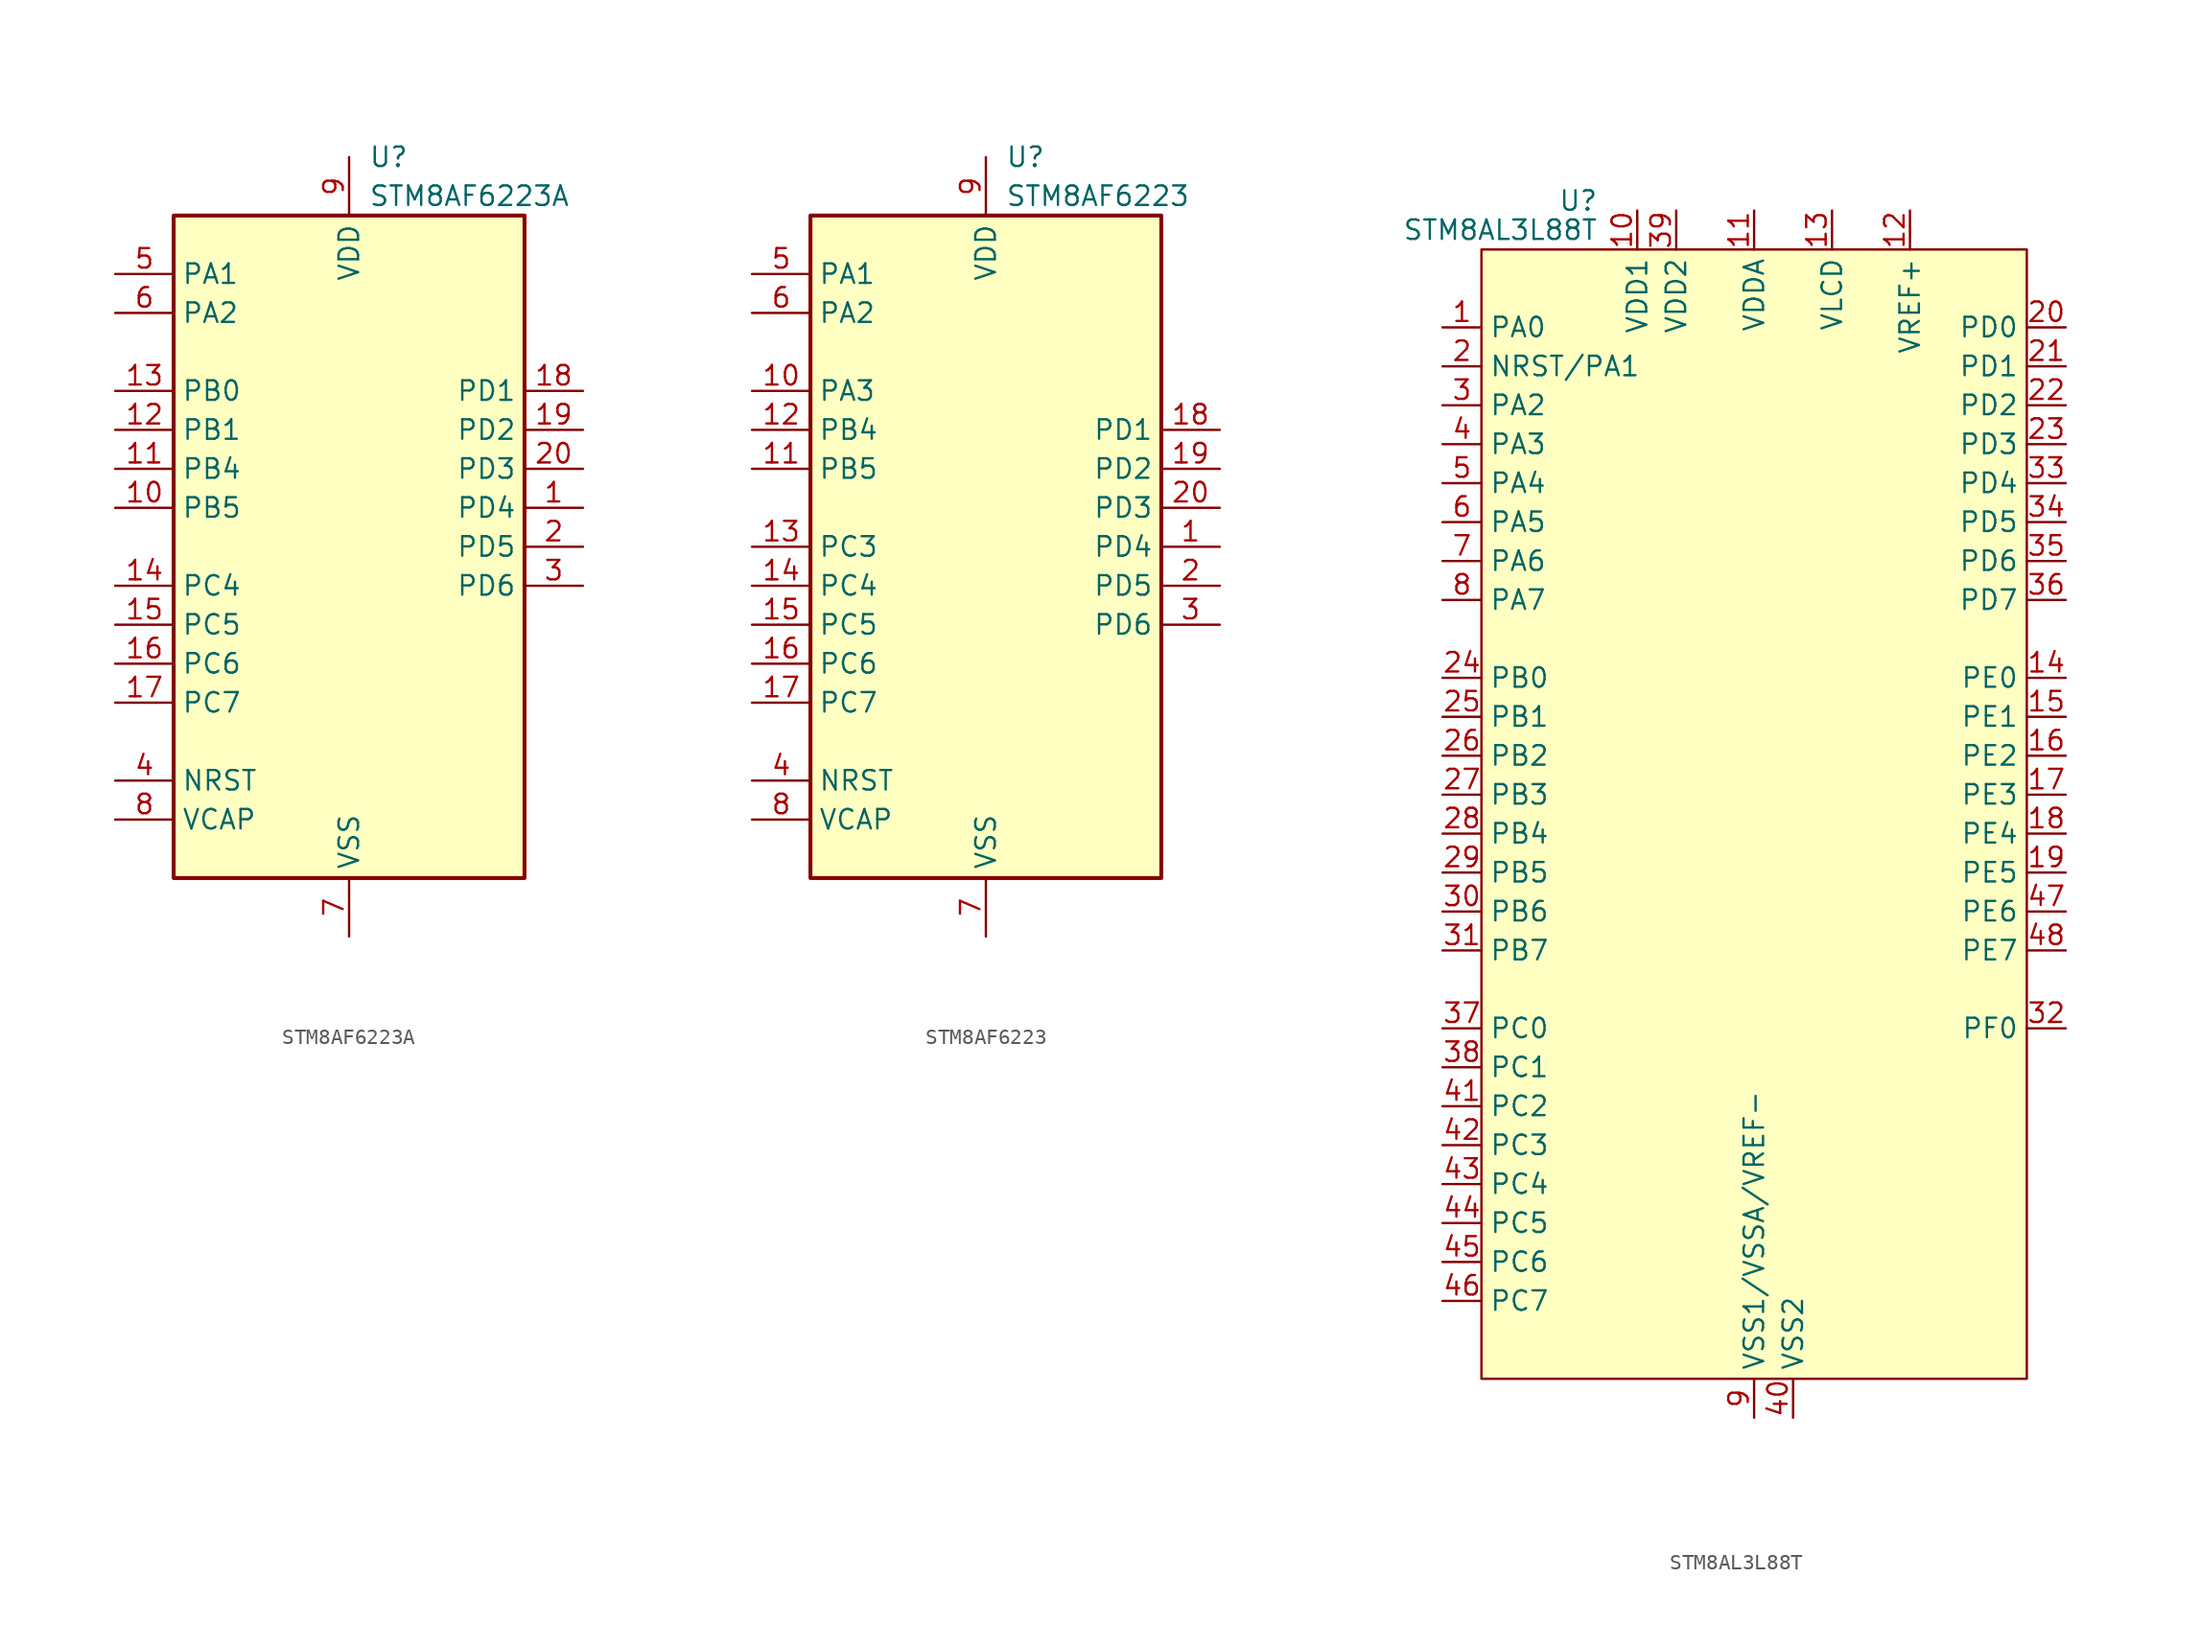
<source format=kicad_sym>
(kicad_symbol_lib
  (version 20241209)
  (generator "kicad_symbol_editor")
  (generator_version "9.0")
  (symbol "STM8AF6223A"
    (property "Reference" "U"
      (at 1.27 25.4 0)
      (effects (font (size 1.27 1.27)) (justify left)))
    (property "Value" "STM8AF6223A"
      (at 1.27 22.86 0)
      (effects (font (size 1.27 1.27)) (justify left)))
    (symbol "STM8AF6223A_0_1"
      (rectangle (start -11.43 21.59) (end 11.43 -21.59) (stroke (width 0.254) (type default)) (fill (type background))))
    (symbol "STM8AF6223A_1_1"
      (pin bidirectional line (at -15.24 17.78 0) (length 3.81) (name "PA1" (effects (font (size 1.27 1.27)))) (number "5" (effects (font (size 1.27 1.27)))))
      (pin bidirectional line (at -15.24 15.24 0) (length 3.81) (name "PA2" (effects (font (size 1.27 1.27)))) (number "6" (effects (font (size 1.27 1.27)))))
      (pin bidirectional line (at -15.24 10.16 0) (length 3.81) (name "PB0" (effects (font (size 1.27 1.27)))) (number "13" (effects (font (size 1.27 1.27)))))
      (pin bidirectional line (at -15.24 7.62 0) (length 3.81) (name "PB1" (effects (font (size 1.27 1.27)))) (number "12" (effects (font (size 1.27 1.27)))))
      (pin bidirectional line (at -15.24 5.08 0) (length 3.81) (name "PB4" (effects (font (size 1.27 1.27)))) (number "11" (effects (font (size 1.27 1.27)))))
      (pin bidirectional line (at -15.24 2.54 0) (length 3.81) (name "PB5" (effects (font (size 1.27 1.27)))) (number "10" (effects (font (size 1.27 1.27)))))
      (pin bidirectional line (at -15.24 -2.54 0) (length 3.81) (name "PC4" (effects (font (size 1.27 1.27)))) (number "14" (effects (font (size 1.27 1.27)))))
      (pin bidirectional line (at -15.24 -5.08 0) (length 3.81) (name "PC5" (effects (font (size 1.27 1.27)))) (number "15" (effects (font (size 1.27 1.27)))))
      (pin bidirectional line (at -15.24 -7.62 0) (length 3.81) (name "PC6" (effects (font (size 1.27 1.27)))) (number "16" (effects (font (size 1.27 1.27)))))
      (pin bidirectional line (at -15.24 -10.16 0) (length 3.81) (name "PC7" (effects (font (size 1.27 1.27)))) (number "17" (effects (font (size 1.27 1.27)))))
      (pin input line (at -15.24 -15.24 0) (length 3.81) (name "NRST" (effects (font (size 1.27 1.27)))) (number "4" (effects (font (size 1.27 1.27)))))
      (pin input line (at -15.24 -17.78 0) (length 3.81) (name "VCAP" (effects (font (size 1.27 1.27)))) (number "8" (effects (font (size 1.27 1.27)))))
      (pin power_in line (at 0 25.4 270) (length 3.81) (name "VDD" (effects (font (size 1.27 1.27)))) (number "9" (effects (font (size 1.27 1.27)))))
      (pin power_in line (at 0 -25.4 90) (length 3.81) (name "VSS" (effects (font (size 1.27 1.27)))) (number "7" (effects (font (size 1.27 1.27)))))
      (pin bidirectional line (at 15.24 10.16 180) (length 3.81) (name "PD1" (effects (font (size 1.27 1.27)))) (number "18" (effects (font (size 1.27 1.27)))))
      (pin bidirectional line (at 15.24 7.62 180) (length 3.81) (name "PD2" (effects (font (size 1.27 1.27)))) (number "19" (effects (font (size 1.27 1.27)))))
      (pin bidirectional line (at 15.24 5.08 180) (length 3.81) (name "PD3" (effects (font (size 1.27 1.27)))) (number "20" (effects (font (size 1.27 1.27)))))
      (pin bidirectional line (at 15.24 2.54 180) (length 3.81) (name "PD4" (effects (font (size 1.27 1.27)))) (number "1" (effects (font (size 1.27 1.27)))))
      (pin bidirectional line (at 15.24 0 180) (length 3.81) (name "PD5" (effects (font (size 1.27 1.27)))) (number "2" (effects (font (size 1.27 1.27)))))
      (pin bidirectional line (at 15.24 -2.54 180) (length 3.81) (name "PD6" (effects (font (size 1.27 1.27)))) (number "3" (effects (font (size 1.27 1.27)))))))
  (symbol "STM8AF6223"
    (property "Reference" "U"
      (at 1.27 25.4 0)
      (effects (font (size 1.27 1.27)) (justify left)))
    (property "Value" "STM8AF6223"
      (at 1.27 22.86 0)
      (effects (font (size 1.27 1.27)) (justify left)))
    (symbol "STM8AF6223_0_1"
      (rectangle (start -11.43 21.59) (end 11.43 -21.59) (stroke (width 0.254) (type default)) (fill (type background))))
    (symbol "STM8AF6223_1_1"
      (pin bidirectional line (at -15.24 17.78 0) (length 3.81) (name "PA1" (effects (font (size 1.27 1.27)))) (number "5" (effects (font (size 1.27 1.27)))))
      (pin bidirectional line (at -15.24 15.24 0) (length 3.81) (name "PA2" (effects (font (size 1.27 1.27)))) (number "6" (effects (font (size 1.27 1.27)))))
      (pin bidirectional line (at -15.24 10.16 0) (length 3.81) (name "PA3" (effects (font (size 1.27 1.27)))) (number "10" (effects (font (size 1.27 1.27)))))
      (pin bidirectional line (at -15.24 7.62 0) (length 3.81) (name "PB4" (effects (font (size 1.27 1.27)))) (number "12" (effects (font (size 1.27 1.27)))))
      (pin bidirectional line (at -15.24 5.08 0) (length 3.81) (name "PB5" (effects (font (size 1.27 1.27)))) (number "11" (effects (font (size 1.27 1.27)))))
      (pin bidirectional line (at -15.24 0 0) (length 3.81) (name "PC3" (effects (font (size 1.27 1.27)))) (number "13" (effects (font (size 1.27 1.27)))))
      (pin bidirectional line (at -15.24 -2.54 0) (length 3.81) (name "PC4" (effects (font (size 1.27 1.27)))) (number "14" (effects (font (size 1.27 1.27)))))
      (pin bidirectional line (at -15.24 -5.08 0) (length 3.81) (name "PC5" (effects (font (size 1.27 1.27)))) (number "15" (effects (font (size 1.27 1.27)))))
      (pin bidirectional line (at -15.24 -7.62 0) (length 3.81) (name "PC6" (effects (font (size 1.27 1.27)))) (number "16" (effects (font (size 1.27 1.27)))))
      (pin bidirectional line (at -15.24 -10.16 0) (length 3.81) (name "PC7" (effects (font (size 1.27 1.27)))) (number "17" (effects (font (size 1.27 1.27)))))
      (pin input line (at -15.24 -15.24 0) (length 3.81) (name "NRST" (effects (font (size 1.27 1.27)))) (number "4" (effects (font (size 1.27 1.27)))))
      (pin input line (at -15.24 -17.78 0) (length 3.81) (name "VCAP" (effects (font (size 1.27 1.27)))) (number "8" (effects (font (size 1.27 1.27)))))
      (pin power_in line (at 0 25.4 270) (length 3.81) (name "VDD" (effects (font (size 1.27 1.27)))) (number "9" (effects (font (size 1.27 1.27)))))
      (pin power_in line (at 0 -25.4 90) (length 3.81) (name "VSS" (effects (font (size 1.27 1.27)))) (number "7" (effects (font (size 1.27 1.27)))))
      (pin bidirectional line (at 15.24 7.62 180) (length 3.81) (name "PD1" (effects (font (size 1.27 1.27)))) (number "18" (effects (font (size 1.27 1.27)))))
      (pin bidirectional line (at 15.24 5.08 180) (length 3.81) (name "PD2" (effects (font (size 1.27 1.27)))) (number "19" (effects (font (size 1.27 1.27)))))
      (pin bidirectional line (at 15.24 2.54 180) (length 3.81) (name "PD3" (effects (font (size 1.27 1.27)))) (number "20" (effects (font (size 1.27 1.27)))))
      (pin bidirectional line (at 15.24 0 180) (length 3.81) (name "PD4" (effects (font (size 1.27 1.27)))) (number "1" (effects (font (size 1.27 1.27)))))
      (pin bidirectional line (at 15.24 -2.54 180) (length 3.81) (name "PD5" (effects (font (size 1.27 1.27)))) (number "2" (effects (font (size 1.27 1.27)))))
      (pin bidirectional line (at 15.24 -5.08 180) (length 3.81) (name "PD6" (effects (font (size 1.27 1.27)))) (number "3" (effects (font (size 1.27 1.27)))))))
  (symbol "STM8AL3L88T"
    (property "Reference" "U"
      (at -10.16 38.735 0)
      (effects (font (size 1.27 1.27)) (justify right)))
    (property "Value" "STM8AL3L88T"
      (at -10.16 36.83 0)
      (effects (font (size 1.27 1.27)) (justify right)))
    (symbol "STM8AL3L88T_0_0"
      (pin bidirectional line (at -20.32 30.48 0) (length 2.54) (name "PA0" (effects (font (size 1.27 1.27)))) (number "1" (effects (font (size 1.27 1.27)))))
      (pin bidirectional line (at -20.32 27.94 0) (length 2.54) (name "NRST/PA1" (effects (font (size 1.27 1.27)))) (number "2" (effects (font (size 1.27 1.27)))))
      (pin bidirectional line (at -20.32 25.4 0) (length 2.54) (name "PA2" (effects (font (size 1.27 1.27)))) (number "3" (effects (font (size 1.27 1.27)))))
      (pin bidirectional line (at -20.32 22.86 0) (length 2.54) (name "PA3" (effects (font (size 1.27 1.27)))) (number "4" (effects (font (size 1.27 1.27)))))
      (pin bidirectional line (at -20.32 20.32 0) (length 2.54) (name "PA4" (effects (font (size 1.27 1.27)))) (number "5" (effects (font (size 1.27 1.27)))))
      (pin bidirectional line (at -20.32 17.78 0) (length 2.54) (name "PA5" (effects (font (size 1.27 1.27)))) (number "6" (effects (font (size 1.27 1.27)))))
      (pin bidirectional line (at -20.32 15.24 0) (length 2.54) (name "PA6" (effects (font (size 1.27 1.27)))) (number "7" (effects (font (size 1.27 1.27)))))
      (pin bidirectional line (at -20.32 12.7 0) (length 2.54) (name "PA7" (effects (font (size 1.27 1.27)))) (number "8" (effects (font (size 1.27 1.27)))))
      (pin bidirectional line (at -20.32 7.62 0) (length 2.54) (name "PB0" (effects (font (size 1.27 1.27)))) (number "24" (effects (font (size 1.27 1.27)))))
      (pin bidirectional line (at -20.32 5.08 0) (length 2.54) (name "PB1" (effects (font (size 1.27 1.27)))) (number "25" (effects (font (size 1.27 1.27)))))
      (pin bidirectional line (at -20.32 2.54 0) (length 2.54) (name "PB2" (effects (font (size 1.27 1.27)))) (number "26" (effects (font (size 1.27 1.27)))))
      (pin bidirectional line (at -20.32 0 0) (length 2.54) (name "PB3" (effects (font (size 1.27 1.27)))) (number "27" (effects (font (size 1.27 1.27)))))
      (pin bidirectional line (at -20.32 -2.54 0) (length 2.54) (name "PB4" (effects (font (size 1.27 1.27)))) (number "28" (effects (font (size 1.27 1.27)))))
      (pin bidirectional line (at -20.32 -5.08 0) (length 2.54) (name "PB5" (effects (font (size 1.27 1.27)))) (number "29" (effects (font (size 1.27 1.27)))))
      (pin bidirectional line (at -20.32 -7.62 0) (length 2.54) (name "PB6" (effects (font (size 1.27 1.27)))) (number "30" (effects (font (size 1.27 1.27)))))
      (pin bidirectional line (at -20.32 -10.16 0) (length 2.54) (name "PB7" (effects (font (size 1.27 1.27)))) (number "31" (effects (font (size 1.27 1.27)))))
      (pin bidirectional line (at -20.32 -15.24 0) (length 2.54) (name "PC0" (effects (font (size 1.27 1.27)))) (number "37" (effects (font (size 1.27 1.27)))))
      (pin bidirectional line (at -20.32 -17.78 0) (length 2.54) (name "PC1" (effects (font (size 1.27 1.27)))) (number "38" (effects (font (size 1.27 1.27)))))
      (pin bidirectional line (at -20.32 -20.32 0) (length 2.54) (name "PC2" (effects (font (size 1.27 1.27)))) (number "41" (effects (font (size 1.27 1.27)))))
      (pin bidirectional line (at -20.32 -22.86 0) (length 2.54) (name "PC3" (effects (font (size 1.27 1.27)))) (number "42" (effects (font (size 1.27 1.27)))))
      (pin bidirectional line (at -20.32 -25.4 0) (length 2.54) (name "PC4" (effects (font (size 1.27 1.27)))) (number "43" (effects (font (size 1.27 1.27)))))
      (pin bidirectional line (at -20.32 -27.94 0) (length 2.54) (name "PC5" (effects (font (size 1.27 1.27)))) (number "44" (effects (font (size 1.27 1.27)))))
      (pin bidirectional line (at -20.32 -30.48 0) (length 2.54) (name "PC6" (effects (font (size 1.27 1.27)))) (number "45" (effects (font (size 1.27 1.27)))))
      (pin bidirectional line (at -20.32 -33.02 0) (length 2.54) (name "PC7" (effects (font (size 1.27 1.27)))) (number "46" (effects (font (size 1.27 1.27)))))
      (pin power_in line (at -7.62 38.1 270) (length 2.54) (name "VDD1" (effects (font (size 1.27 1.27)))) (number "10" (effects (font (size 1.27 1.27)))))
      (pin power_in line (at -5.08 38.1 270) (length 2.54) (name "VDD2" (effects (font (size 1.27 1.27)))) (number "39" (effects (font (size 1.27 1.27)))))
      (pin power_in line (at 0 38.1 270) (length 2.54) (name "VDDA" (effects (font (size 1.27 1.27)))) (number "11" (effects (font (size 1.27 1.27)))))
      (pin power_in line (at 0 -40.64 90) (length 2.54) (name "VSS1/VSSA/VREF-" (effects (font (size 1.27 1.27)))) (number "9" (effects (font (size 1.27 1.27)))))
      (pin power_in line (at 2.54 -40.64 90) (length 2.54) (name "VSS2" (effects (font (size 1.27 1.27)))) (number "40" (effects (font (size 1.27 1.27)))))
      (pin power_in line (at 5.08 38.1 270) (length 2.54) (name "VLCD" (effects (font (size 1.27 1.27)))) (number "13" (effects (font (size 1.27 1.27)))))
      (pin power_in line (at 10.16 38.1 270) (length 2.54) (name "VREF+" (effects (font (size 1.27 1.27)))) (number "12" (effects (font (size 1.27 1.27)))))
      (pin bidirectional line (at 20.32 30.48 180) (length 2.54) (name "PD0" (effects (font (size 1.27 1.27)))) (number "20" (effects (font (size 1.27 1.27)))))
      (pin bidirectional line (at 20.32 27.94 180) (length 2.54) (name "PD1" (effects (font (size 1.27 1.27)))) (number "21" (effects (font (size 1.27 1.27)))))
      (pin bidirectional line (at 20.32 25.4 180) (length 2.54) (name "PD2" (effects (font (size 1.27 1.27)))) (number "22" (effects (font (size 1.27 1.27)))))
      (pin bidirectional line (at 20.32 22.86 180) (length 2.54) (name "PD3" (effects (font (size 1.27 1.27)))) (number "23" (effects (font (size 1.27 1.27)))))
      (pin bidirectional line (at 20.32 20.32 180) (length 2.54) (name "PD4" (effects (font (size 1.27 1.27)))) (number "33" (effects (font (size 1.27 1.27)))))
      (pin bidirectional line (at 20.32 17.78 180) (length 2.54) (name "PD5" (effects (font (size 1.27 1.27)))) (number "34" (effects (font (size 1.27 1.27)))))
      (pin bidirectional line (at 20.32 15.24 180) (length 2.54) (name "PD6" (effects (font (size 1.27 1.27)))) (number "35" (effects (font (size 1.27 1.27)))))
      (pin bidirectional line (at 20.32 12.7 180) (length 2.54) (name "PD7" (effects (font (size 1.27 1.27)))) (number "36" (effects (font (size 1.27 1.27)))))
      (pin bidirectional line (at 20.32 7.62 180) (length 2.54) (name "PE0" (effects (font (size 1.27 1.27)))) (number "14" (effects (font (size 1.27 1.27)))))
      (pin bidirectional line (at 20.32 5.08 180) (length 2.54) (name "PE1" (effects (font (size 1.27 1.27)))) (number "15" (effects (font (size 1.27 1.27)))))
      (pin bidirectional line (at 20.32 2.54 180) (length 2.54) (name "PE2" (effects (font (size 1.27 1.27)))) (number "16" (effects (font (size 1.27 1.27)))))
      (pin bidirectional line (at 20.32 0 180) (length 2.54) (name "PE3" (effects (font (size 1.27 1.27)))) (number "17" (effects (font (size 1.27 1.27)))))
      (pin bidirectional line (at 20.32 -2.54 180) (length 2.54) (name "PE4" (effects (font (size 1.27 1.27)))) (number "18" (effects (font (size 1.27 1.27)))))
      (pin bidirectional line (at 20.32 -5.08 180) (length 2.54) (name "PE5" (effects (font (size 1.27 1.27)))) (number "19" (effects (font (size 1.27 1.27)))))
      (pin bidirectional line (at 20.32 -7.62 180) (length 2.54) (name "PE6" (effects (font (size 1.27 1.27)))) (number "47" (effects (font (size 1.27 1.27)))))
      (pin bidirectional line (at 20.32 -10.16 180) (length 2.54) (name "PE7" (effects (font (size 1.27 1.27)))) (number "48" (effects (font (size 1.27 1.27)))))
      (pin bidirectional line (at 20.32 -15.24 180) (length 2.54) (name "PF0" (effects (font (size 1.27 1.27)))) (number "32" (effects (font (size 1.27 1.27))))))
    (symbol "STM8AL3L88T_0_1"
      (rectangle (start -17.78 35.56) (end 17.78 -38.1) (stroke (width 0) (type default)) (fill (type background))))))
</source>
